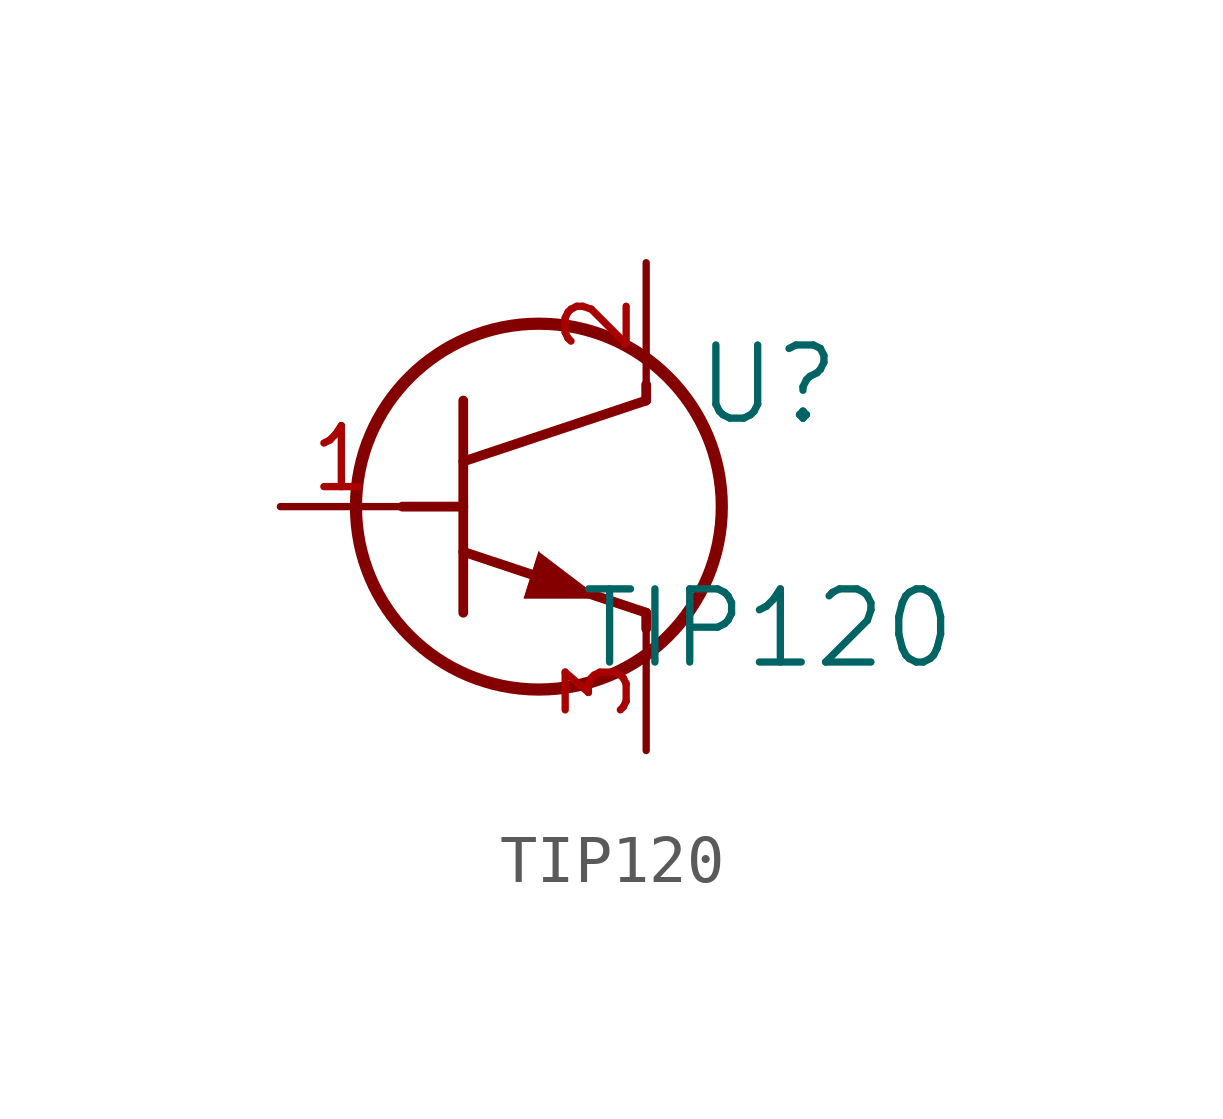
<source format=kicad_sym>
(kicad_symbol_lib
  (version 20211014)
  (generator kicad_symbol_editor)
  (symbol "TIP120"
    (pin_names
      (offset 0.254))
    (property "Reference" "U"
      (at 10.16 2.54 0)
      (effects (font (size 1.524 1.524))))
    (property "Value" "TIP120"
      (at 10.16 -2.54 0)
      (effects (font (size 1.524 1.524))))
    (circle
      (center 5.385 0)
      (radius 3.81)
      (stroke (width 0.254) (type default) (color 0 0 0 0))
      (fill (type none)))
    (polyline
      (pts (xy 3.81 -2.21) (xy 3.81 2.21))
      (stroke (width 0.203) (type default) (color 0 0 0 0))
      (fill (type none)))
    (polyline
      (pts (xy 3.81 0.94) (xy 7.62 2.21))
      (stroke (width 0.203) (type default) (color 0 0 0 0))
      (fill (type none)))
    (polyline
      (pts (xy 3.81 -0.94) (xy 7.62 -2.21))
      (stroke (width 0.203) (type default) (color 0 0 0 0))
      (fill (type none)))
    (polyline
      (pts (xy 7.62 -2.54) (xy 7.62 -2.21))
      (stroke (width 0.203) (type default) (color 0 0 0 0))
      (fill (type none)))
    (polyline
      (pts (xy 7.62 2.21) (xy 7.62 2.54))
      (stroke (width 0.203) (type default) (color 0 0 0 0))
      (fill (type none)))
    (polyline
      (pts (xy 2.54 0) (xy 3.81 0))
      (stroke (width 0.203) (type default) (color 0 0 0 0))
      (fill (type none)))
    (polyline
      (pts (xy 5.385 -0.94) (xy 5.08 -1.905) (xy 6.655 -1.905))
      (stroke (width 0.025) (type default) (color 0 0 0 0))
      (fill (type outline)))
    (pin unspecified line
      (at 0 0 0)
      (length 2.54)
      (name "" (effects (font (size 1.27 1.27))))
      (number "1" (effects (font (size 1.27 1.27)))))
    (pin unspecified line
      (at 7.62 5.08 270)
      (length 2.54)
      (name "" (effects (font (size 1.27 1.27))))
      (number "2" (effects (font (size 1.27 1.27)))))
    (pin unspecified line
      (at 7.62 -5.08 90)
      (length 2.54)
      (name "" (effects (font (size 1.27 1.27))))
      (number "3" (effects (font (size 1.27 1.27)))))))
</source>
